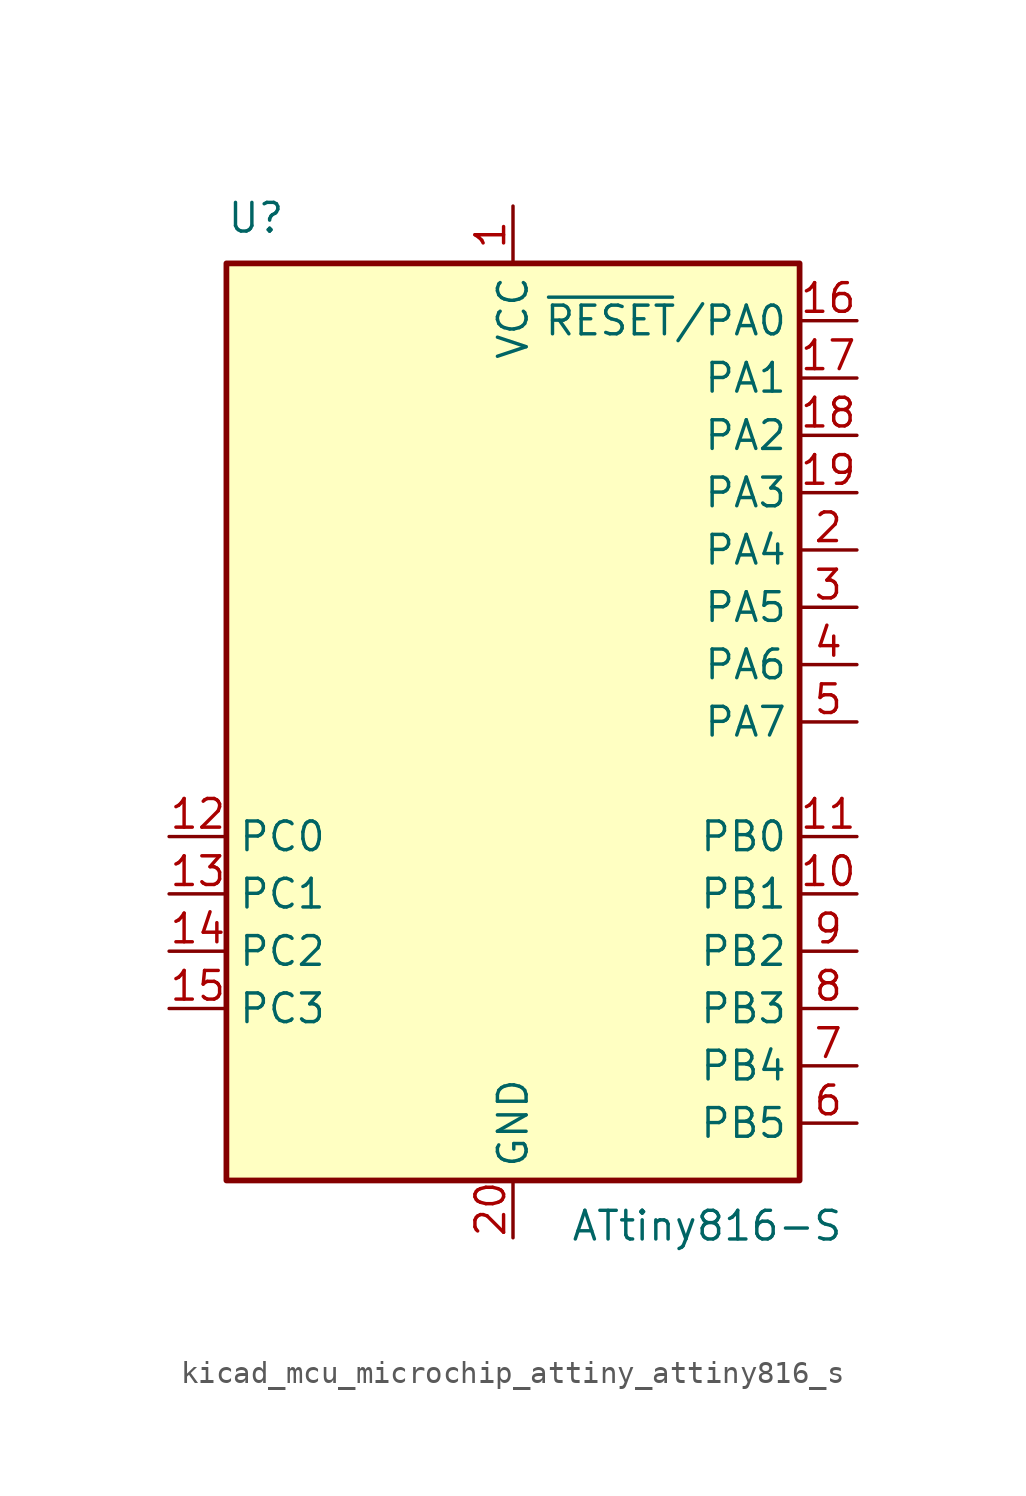
<source format=kicad_sym>
(kicad_symbol_lib
  (version 20220914)
  (generator kicad_symbol_editor)
  (symbol "kicad_mcu_microchip_attiny_attiny816_s"
    (property "Reference" "U"
      (at -12.7 21.59 0)
      (effects (font (size 1.27 1.27)) (justify left bottom)))
    (property "Value" "ATtiny816-S"
      (at 2.54 -21.59 0)
      (effects (font (size 1.27 1.27)) (justify left top)))
    (symbol "kicad_mcu_microchip_attiny_attiny816_s_0_1"
      (rectangle (start -12.7 -20.32) (end 12.7 20.32) (stroke (width 0.254) (type default)) (fill (type background))))
    (symbol "kicad_mcu_microchip_attiny_attiny816_s_1_1"
      (pin power_in line (at 0 22.86 270) (length 2.54) (name "VCC" (effects (font (size 1.27 1.27)))) (number "1" (effects (font (size 1.27 1.27)))))
      (pin bidirectional line (at 15.24 -7.62 180) (length 2.54) (name "PB1" (effects (font (size 1.27 1.27)))) (number "10" (effects (font (size 1.27 1.27)))))
      (pin bidirectional line (at 15.24 -5.08 180) (length 2.54) (name "PB0" (effects (font (size 1.27 1.27)))) (number "11" (effects (font (size 1.27 1.27)))))
      (pin bidirectional line (at -15.24 -5.08 0) (length 2.54) (name "PC0" (effects (font (size 1.27 1.27)))) (number "12" (effects (font (size 1.27 1.27)))))
      (pin bidirectional line (at -15.24 -7.62 0) (length 2.54) (name "PC1" (effects (font (size 1.27 1.27)))) (number "13" (effects (font (size 1.27 1.27)))))
      (pin bidirectional line (at -15.24 -10.16 0) (length 2.54) (name "PC2" (effects (font (size 1.27 1.27)))) (number "14" (effects (font (size 1.27 1.27)))))
      (pin bidirectional line (at -15.24 -12.7 0) (length 2.54) (name "PC3" (effects (font (size 1.27 1.27)))) (number "15" (effects (font (size 1.27 1.27)))))
      (pin bidirectional line (at 15.24 17.78 180) (length 2.54) (name "~{RESET}/PA0" (effects (font (size 1.27 1.27)))) (number "16" (effects (font (size 1.27 1.27)))))
      (pin bidirectional line (at 15.24 15.24 180) (length 2.54) (name "PA1" (effects (font (size 1.27 1.27)))) (number "17" (effects (font (size 1.27 1.27)))))
      (pin bidirectional line (at 15.24 12.7 180) (length 2.54) (name "PA2" (effects (font (size 1.27 1.27)))) (number "18" (effects (font (size 1.27 1.27)))))
      (pin bidirectional line (at 15.24 10.16 180) (length 2.54) (name "PA3" (effects (font (size 1.27 1.27)))) (number "19" (effects (font (size 1.27 1.27)))))
      (pin bidirectional line (at 15.24 7.62 180) (length 2.54) (name "PA4" (effects (font (size 1.27 1.27)))) (number "2" (effects (font (size 1.27 1.27)))))
      (pin power_in line (at 0 -22.86 90) (length 2.54) (name "GND" (effects (font (size 1.27 1.27)))) (number "20" (effects (font (size 1.27 1.27)))))
      (pin bidirectional line (at 15.24 5.08 180) (length 2.54) (name "PA5" (effects (font (size 1.27 1.27)))) (number "3" (effects (font (size 1.27 1.27)))))
      (pin bidirectional line (at 15.24 2.54 180) (length 2.54) (name "PA6" (effects (font (size 1.27 1.27)))) (number "4" (effects (font (size 1.27 1.27)))))
      (pin bidirectional line (at 15.24 0 180) (length 2.54) (name "PA7" (effects (font (size 1.27 1.27)))) (number "5" (effects (font (size 1.27 1.27)))))
      (pin bidirectional line (at 15.24 -17.78 180) (length 2.54) (name "PB5" (effects (font (size 1.27 1.27)))) (number "6" (effects (font (size 1.27 1.27)))))
      (pin bidirectional line (at 15.24 -15.24 180) (length 2.54) (name "PB4" (effects (font (size 1.27 1.27)))) (number "7" (effects (font (size 1.27 1.27)))))
      (pin bidirectional line (at 15.24 -12.7 180) (length 2.54) (name "PB3" (effects (font (size 1.27 1.27)))) (number "8" (effects (font (size 1.27 1.27)))))
      (pin bidirectional line (at 15.24 -10.16 180) (length 2.54) (name "PB2" (effects (font (size 1.27 1.27)))) (number "9" (effects (font (size 1.27 1.27))))))))
</source>
